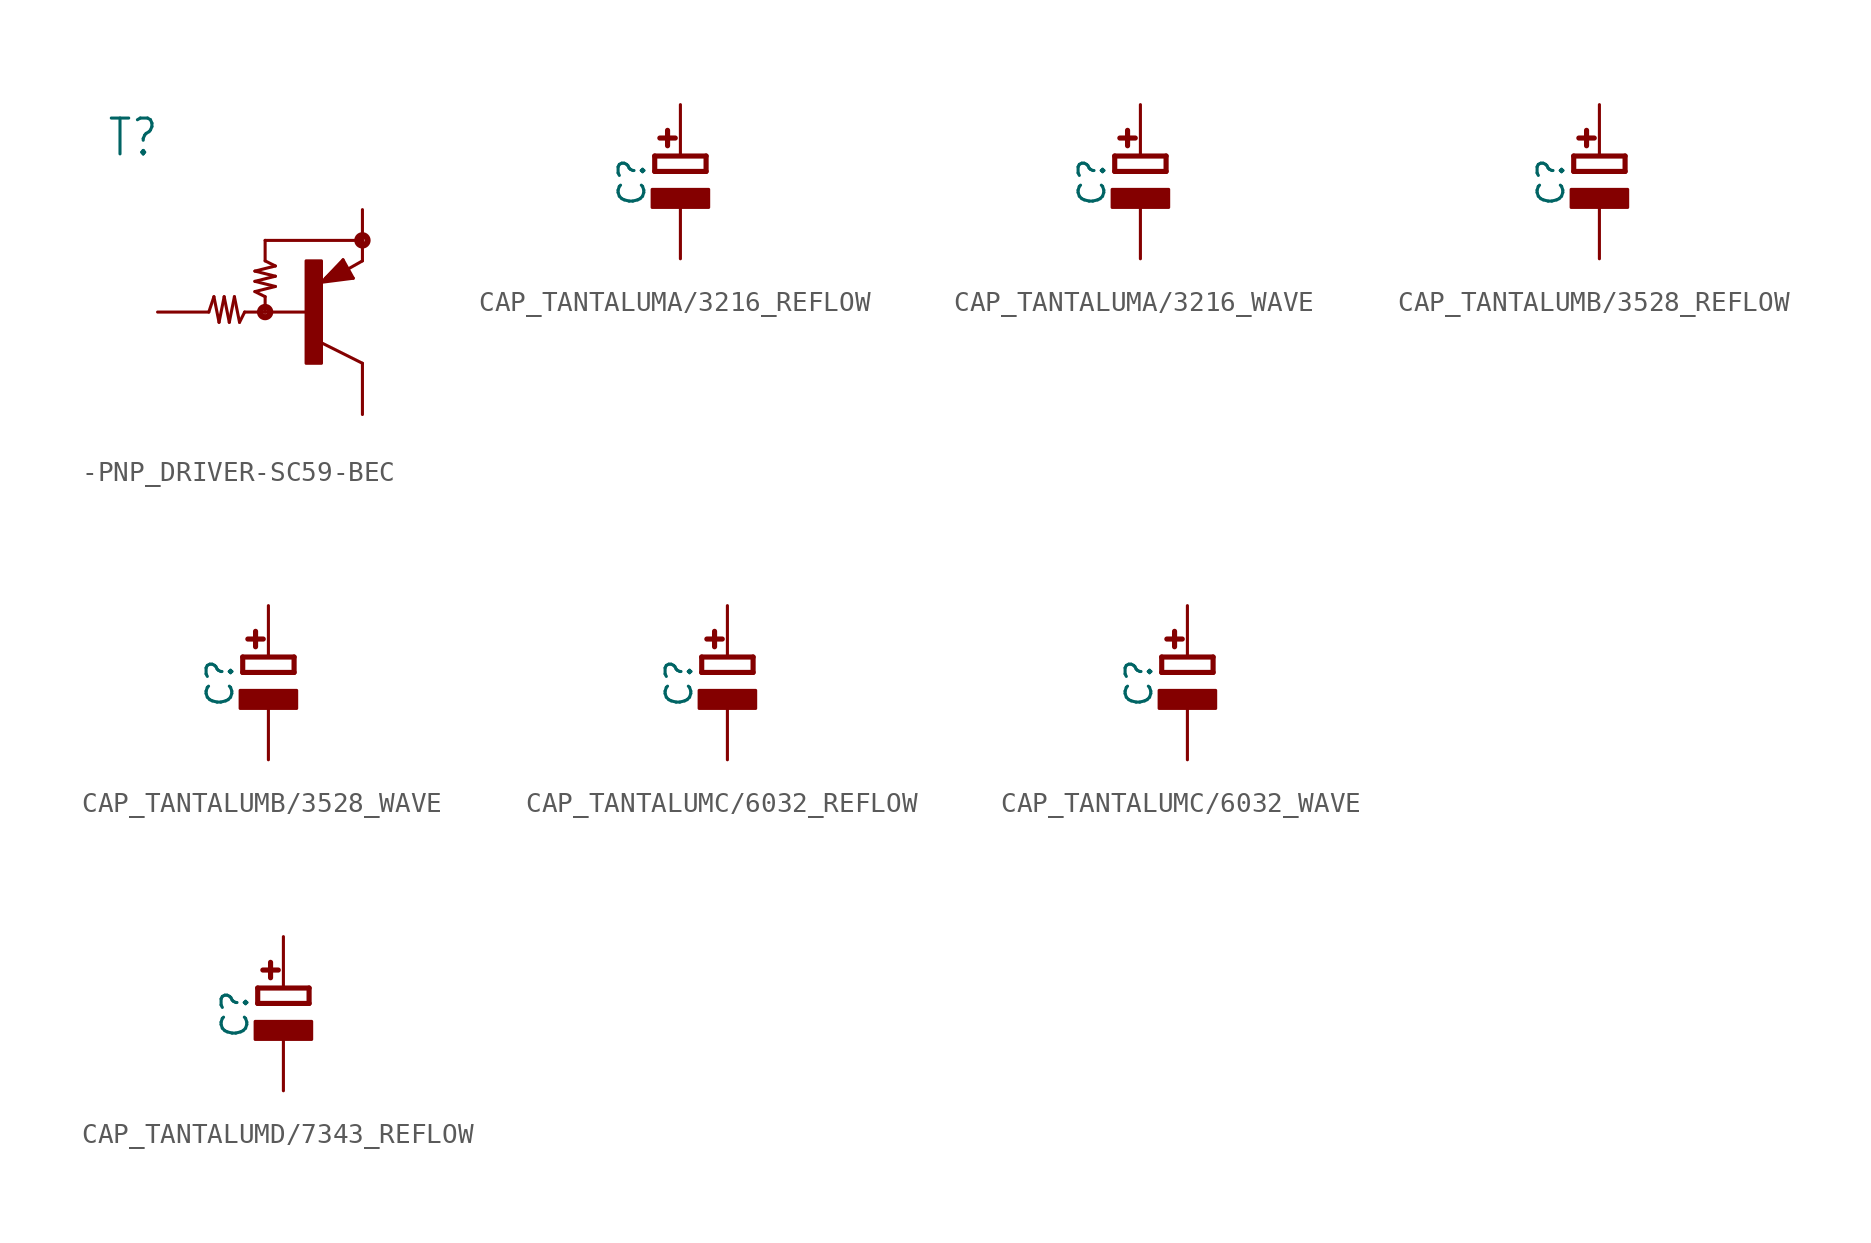
<source format=kicad_sym>
(kicad_symbol_lib
  (version 20220914)
  (generator kicad_symbol_editor)
  (symbol "-PNP_DRIVER-SC59-BEC"
    (property "Reference" "T"
      (at -10.16 7.62 0)
      (effects (font (size 1.778 1.511)) (justify left bottom)))
    (property "Value" ""
      (at -10.16 5.08 0)
      (effects (font (size 1.778 1.511)) (justify left bottom)))
    (property "ki_locked" ""
      (at 0 0 0)
      (effects (font (size 1.27 1.27))))
    (symbol "-PNP_DRIVER-SC59-BEC_1_0"
      (circle (center -2.286 0) (radius 0.254) (stroke (width 0.305) (type solid)) (fill (type none)))
      (rectangle (start -0.254 -2.54) (end 0.508 2.54) (stroke (width 0) (type default)) (fill (type outline)))
      (polyline (pts (xy -5.08 0) (xy -4.826 0.762)) (stroke (width 0.152) (type solid)) (fill (type none)))
      (polyline (pts (xy -4.826 0.762) (xy -4.572 -0.508)) (stroke (width 0.152) (type solid)) (fill (type none)))
      (polyline (pts (xy -4.572 -0.508) (xy -4.318 0.762)) (stroke (width 0.152) (type solid)) (fill (type none)))
      (polyline (pts (xy -4.318 0.762) (xy -4.064 -0.508)) (stroke (width 0.152) (type solid)) (fill (type none)))
      (polyline (pts (xy -4.064 -0.508) (xy -3.81 0.762)) (stroke (width 0.152) (type solid)) (fill (type none)))
      (polyline (pts (xy -3.81 0.762) (xy -3.556 -0.508)) (stroke (width 0.152) (type solid)) (fill (type none)))
      (polyline (pts (xy -3.556 -0.508) (xy -3.302 0)) (stroke (width 0.152) (type solid)) (fill (type none)))
      (polyline (pts (xy -3.302 0) (xy -2.286 0)) (stroke (width 0.152) (type solid)) (fill (type none)))
      (polyline (pts (xy -2.794 1.016) (xy -1.778 1.27)) (stroke (width 0.152) (type solid)) (fill (type none)))
      (polyline (pts (xy -2.794 1.524) (xy -1.778 1.778)) (stroke (width 0.152) (type solid)) (fill (type none)))
      (polyline (pts (xy -2.794 2.032) (xy -1.778 2.286)) (stroke (width 0.152) (type solid)) (fill (type none)))
      (polyline (pts (xy -2.286 0) (xy -2.286 0.762)) (stroke (width 0.152) (type solid)) (fill (type none)))
      (polyline (pts (xy -2.286 0) (xy -0.254 0)) (stroke (width 0.152) (type solid)) (fill (type none)))
      (polyline (pts (xy -2.286 0.762) (xy -2.794 1.016)) (stroke (width 0.152) (type solid)) (fill (type none)))
      (polyline (pts (xy -2.286 2.54) (xy -2.286 3.556)) (stroke (width 0.152) (type solid)) (fill (type none)))
      (polyline (pts (xy -2.286 3.556) (xy 2.54 3.556)) (stroke (width 0.152) (type solid)) (fill (type none)))
      (polyline (pts (xy -1.778 1.27) (xy -2.794 1.524)) (stroke (width 0.152) (type solid)) (fill (type none)))
      (polyline (pts (xy -1.778 1.778) (xy -2.794 2.032)) (stroke (width 0.152) (type solid)) (fill (type none)))
      (polyline (pts (xy -1.778 2.286) (xy -2.286 2.54)) (stroke (width 0.152) (type solid)) (fill (type none)))
      (polyline (pts (xy 0.516 1.478) (xy 2.086 1.678)) (stroke (width 0.152) (type solid)) (fill (type none)))
      (polyline (pts (xy 0.762 1.651) (xy 1.778 1.778)) (stroke (width 0.254) (type solid)) (fill (type none)))
      (polyline (pts (xy 1.143 1.905) (xy 1.524 1.905)) (stroke (width 0.254) (type solid)) (fill (type none)))
      (polyline (pts (xy 1.524 2.159) (xy 1.143 1.905)) (stroke (width 0.254) (type solid)) (fill (type none)))
      (polyline (pts (xy 1.524 2.413) (xy 0.762 1.651)) (stroke (width 0.254) (type solid)) (fill (type none)))
      (polyline (pts (xy 1.578 2.594) (xy 0.516 1.478)) (stroke (width 0.152) (type solid)) (fill (type none)))
      (polyline (pts (xy 1.778 1.778) (xy 1.524 2.159)) (stroke (width 0.254) (type solid)) (fill (type none)))
      (polyline (pts (xy 1.905 1.778) (xy 1.524 2.413)) (stroke (width 0.254) (type solid)) (fill (type none)))
      (polyline (pts (xy 2.086 1.678) (xy 1.578 2.594)) (stroke (width 0.152) (type solid)) (fill (type none)))
      (polyline (pts (xy 2.54 -2.54) (xy 0.508 -1.524)) (stroke (width 0.152) (type solid)) (fill (type none)))
      (polyline (pts (xy 2.54 2.54) (xy 1.808 2.124)) (stroke (width 0.152) (type solid)) (fill (type none)))
      (circle (center 2.54 3.556) (radius 0.254) (stroke (width 0.305) (type solid)) (fill (type none)))
      (pin passive line (at -7.62 0 0) (length 2.54) (name "B" (effects (font (size 0 0)))) (number "B" (effects (font (size 0 0)))))
      (pin passive line (at 2.54 -5.08 90) (length 2.54) (name "C" (effects (font (size 0 0)))) (number "C" (effects (font (size 0 0)))))
      (pin passive line (at 2.54 5.08 270) (length 2.54) (name "E" (effects (font (size 0 0)))) (number "E" (effects (font (size 0 0)))))))
  (symbol "CAP_TANTALUMA/3216_REFLOW"
    (property "Reference" "C"
      (at -2.39 1.25 90)
      (effects (font (size 1.27 1.27))))
    (property "Value" ""
      (at 2.5 1.25 90)
      (effects (font (size 1.27 1.27))))
    (property "ki_locked" ""
      (at 0 0 0)
      (effects (font (size 1.27 1.27))))
    (symbol "CAP_TANTALUMA/3216_REFLOW_1_0"
      (rectangle (start -1.397 0) (end 1.397 0.889) (stroke (width 0) (type default)) (fill (type outline)))
      (polyline (pts (xy -1.27 1.778) (xy -1.27 2.54)) (stroke (width 0.254) (type solid)) (fill (type none)))
      (polyline (pts (xy -1.27 2.54) (xy 1.27 2.54)) (stroke (width 0.254) (type solid)) (fill (type none)))
      (polyline (pts (xy -1.016 3.429) (xy -0.254 3.429)) (stroke (width 0.254) (type solid)) (fill (type none)))
      (polyline (pts (xy -0.635 3.81) (xy -0.635 3.048)) (stroke (width 0.254) (type solid)) (fill (type none)))
      (polyline (pts (xy 1.27 1.778) (xy -1.27 1.778)) (stroke (width 0.254) (type solid)) (fill (type none)))
      (polyline (pts (xy 1.27 2.54) (xy 1.27 1.778)) (stroke (width 0.254) (type solid)) (fill (type none)))
      (pin passive line (at 0 5.08 270) (length 2.54) (name "+" (effects (font (size 0 0)))) (number "+" (effects (font (size 0 0)))))
      (pin passive line (at 0 -2.54 90) (length 2.54) (name "-" (effects (font (size 0 0)))) (number "-" (effects (font (size 0 0)))))))
  (symbol "CAP_TANTALUMA/3216_WAVE"
    (property "Reference" "C"
      (at -2.39 1.25 90)
      (effects (font (size 1.27 1.27))))
    (property "Value" ""
      (at 2.5 1.25 90)
      (effects (font (size 1.27 1.27))))
    (property "ki_locked" ""
      (at 0 0 0)
      (effects (font (size 1.27 1.27))))
    (symbol "CAP_TANTALUMA/3216_WAVE_1_0"
      (rectangle (start -1.397 0) (end 1.397 0.889) (stroke (width 0) (type default)) (fill (type outline)))
      (polyline (pts (xy -1.27 1.778) (xy -1.27 2.54)) (stroke (width 0.254) (type solid)) (fill (type none)))
      (polyline (pts (xy -1.27 2.54) (xy 1.27 2.54)) (stroke (width 0.254) (type solid)) (fill (type none)))
      (polyline (pts (xy -1.016 3.429) (xy -0.254 3.429)) (stroke (width 0.254) (type solid)) (fill (type none)))
      (polyline (pts (xy -0.635 3.81) (xy -0.635 3.048)) (stroke (width 0.254) (type solid)) (fill (type none)))
      (polyline (pts (xy 1.27 1.778) (xy -1.27 1.778)) (stroke (width 0.254) (type solid)) (fill (type none)))
      (polyline (pts (xy 1.27 2.54) (xy 1.27 1.778)) (stroke (width 0.254) (type solid)) (fill (type none)))
      (pin passive line (at 0 5.08 270) (length 2.54) (name "+" (effects (font (size 0 0)))) (number "+" (effects (font (size 0 0)))))
      (pin passive line (at 0 -2.54 90) (length 2.54) (name "-" (effects (font (size 0 0)))) (number "-" (effects (font (size 0 0)))))))
  (symbol "CAP_TANTALUMB/3528_REFLOW"
    (property "Reference" "C"
      (at -2.39 1.25 90)
      (effects (font (size 1.27 1.27))))
    (property "Value" ""
      (at 2.5 1.25 90)
      (effects (font (size 1.27 1.27))))
    (property "ki_locked" ""
      (at 0 0 0)
      (effects (font (size 1.27 1.27))))
    (symbol "CAP_TANTALUMB/3528_REFLOW_1_0"
      (rectangle (start -1.397 0) (end 1.397 0.889) (stroke (width 0) (type default)) (fill (type outline)))
      (polyline (pts (xy -1.27 1.778) (xy -1.27 2.54)) (stroke (width 0.254) (type solid)) (fill (type none)))
      (polyline (pts (xy -1.27 2.54) (xy 1.27 2.54)) (stroke (width 0.254) (type solid)) (fill (type none)))
      (polyline (pts (xy -1.016 3.429) (xy -0.254 3.429)) (stroke (width 0.254) (type solid)) (fill (type none)))
      (polyline (pts (xy -0.635 3.81) (xy -0.635 3.048)) (stroke (width 0.254) (type solid)) (fill (type none)))
      (polyline (pts (xy 1.27 1.778) (xy -1.27 1.778)) (stroke (width 0.254) (type solid)) (fill (type none)))
      (polyline (pts (xy 1.27 2.54) (xy 1.27 1.778)) (stroke (width 0.254) (type solid)) (fill (type none)))
      (pin passive line (at 0 5.08 270) (length 2.54) (name "+" (effects (font (size 0 0)))) (number "+" (effects (font (size 0 0)))))
      (pin passive line (at 0 -2.54 90) (length 2.54) (name "-" (effects (font (size 0 0)))) (number "-" (effects (font (size 0 0)))))))
  (symbol "CAP_TANTALUMB/3528_WAVE"
    (property "Reference" "C"
      (at -2.39 1.25 90)
      (effects (font (size 1.27 1.27))))
    (property "Value" ""
      (at 2.5 1.25 90)
      (effects (font (size 1.27 1.27))))
    (property "ki_locked" ""
      (at 0 0 0)
      (effects (font (size 1.27 1.27))))
    (symbol "CAP_TANTALUMB/3528_WAVE_1_0"
      (rectangle (start -1.397 0) (end 1.397 0.889) (stroke (width 0) (type default)) (fill (type outline)))
      (polyline (pts (xy -1.27 1.778) (xy -1.27 2.54)) (stroke (width 0.254) (type solid)) (fill (type none)))
      (polyline (pts (xy -1.27 2.54) (xy 1.27 2.54)) (stroke (width 0.254) (type solid)) (fill (type none)))
      (polyline (pts (xy -1.016 3.429) (xy -0.254 3.429)) (stroke (width 0.254) (type solid)) (fill (type none)))
      (polyline (pts (xy -0.635 3.81) (xy -0.635 3.048)) (stroke (width 0.254) (type solid)) (fill (type none)))
      (polyline (pts (xy 1.27 1.778) (xy -1.27 1.778)) (stroke (width 0.254) (type solid)) (fill (type none)))
      (polyline (pts (xy 1.27 2.54) (xy 1.27 1.778)) (stroke (width 0.254) (type solid)) (fill (type none)))
      (pin passive line (at 0 5.08 270) (length 2.54) (name "+" (effects (font (size 0 0)))) (number "+" (effects (font (size 0 0)))))
      (pin passive line (at 0 -2.54 90) (length 2.54) (name "-" (effects (font (size 0 0)))) (number "-" (effects (font (size 0 0)))))))
  (symbol "CAP_TANTALUMC/6032_REFLOW"
    (property "Reference" "C"
      (at -2.39 1.25 90)
      (effects (font (size 1.27 1.27))))
    (property "Value" ""
      (at 2.5 1.25 90)
      (effects (font (size 1.27 1.27))))
    (property "ki_locked" ""
      (at 0 0 0)
      (effects (font (size 1.27 1.27))))
    (symbol "CAP_TANTALUMC/6032_REFLOW_1_0"
      (rectangle (start -1.397 0) (end 1.397 0.889) (stroke (width 0) (type default)) (fill (type outline)))
      (polyline (pts (xy -1.27 1.778) (xy -1.27 2.54)) (stroke (width 0.254) (type solid)) (fill (type none)))
      (polyline (pts (xy -1.27 2.54) (xy 1.27 2.54)) (stroke (width 0.254) (type solid)) (fill (type none)))
      (polyline (pts (xy -1.016 3.429) (xy -0.254 3.429)) (stroke (width 0.254) (type solid)) (fill (type none)))
      (polyline (pts (xy -0.635 3.81) (xy -0.635 3.048)) (stroke (width 0.254) (type solid)) (fill (type none)))
      (polyline (pts (xy 1.27 1.778) (xy -1.27 1.778)) (stroke (width 0.254) (type solid)) (fill (type none)))
      (polyline (pts (xy 1.27 2.54) (xy 1.27 1.778)) (stroke (width 0.254) (type solid)) (fill (type none)))
      (pin passive line (at 0 5.08 270) (length 2.54) (name "+" (effects (font (size 0 0)))) (number "+" (effects (font (size 0 0)))))
      (pin passive line (at 0 -2.54 90) (length 2.54) (name "-" (effects (font (size 0 0)))) (number "-" (effects (font (size 0 0)))))))
  (symbol "CAP_TANTALUMC/6032_WAVE"
    (property "Reference" "C"
      (at -2.39 1.25 90)
      (effects (font (size 1.27 1.27))))
    (property "Value" ""
      (at 2.5 1.25 90)
      (effects (font (size 1.27 1.27))))
    (property "ki_locked" ""
      (at 0 0 0)
      (effects (font (size 1.27 1.27))))
    (symbol "CAP_TANTALUMC/6032_WAVE_1_0"
      (rectangle (start -1.397 0) (end 1.397 0.889) (stroke (width 0) (type default)) (fill (type outline)))
      (polyline (pts (xy -1.27 1.778) (xy -1.27 2.54)) (stroke (width 0.254) (type solid)) (fill (type none)))
      (polyline (pts (xy -1.27 2.54) (xy 1.27 2.54)) (stroke (width 0.254) (type solid)) (fill (type none)))
      (polyline (pts (xy -1.016 3.429) (xy -0.254 3.429)) (stroke (width 0.254) (type solid)) (fill (type none)))
      (polyline (pts (xy -0.635 3.81) (xy -0.635 3.048)) (stroke (width 0.254) (type solid)) (fill (type none)))
      (polyline (pts (xy 1.27 1.778) (xy -1.27 1.778)) (stroke (width 0.254) (type solid)) (fill (type none)))
      (polyline (pts (xy 1.27 2.54) (xy 1.27 1.778)) (stroke (width 0.254) (type solid)) (fill (type none)))
      (pin passive line (at 0 5.08 270) (length 2.54) (name "+" (effects (font (size 0 0)))) (number "+" (effects (font (size 0 0)))))
      (pin passive line (at 0 -2.54 90) (length 2.54) (name "-" (effects (font (size 0 0)))) (number "-" (effects (font (size 0 0)))))))
  (symbol "CAP_TANTALUMD/7343_REFLOW"
    (property "Reference" "C"
      (at -2.39 1.25 90)
      (effects (font (size 1.27 1.27))))
    (property "Value" ""
      (at 2.5 1.25 90)
      (effects (font (size 1.27 1.27))))
    (property "ki_locked" ""
      (at 0 0 0)
      (effects (font (size 1.27 1.27))))
    (symbol "CAP_TANTALUMD/7343_REFLOW_1_0"
      (rectangle (start -1.397 0) (end 1.397 0.889) (stroke (width 0) (type default)) (fill (type outline)))
      (polyline (pts (xy -1.27 1.778) (xy -1.27 2.54)) (stroke (width 0.254) (type solid)) (fill (type none)))
      (polyline (pts (xy -1.27 2.54) (xy 1.27 2.54)) (stroke (width 0.254) (type solid)) (fill (type none)))
      (polyline (pts (xy -1.016 3.429) (xy -0.254 3.429)) (stroke (width 0.254) (type solid)) (fill (type none)))
      (polyline (pts (xy -0.635 3.81) (xy -0.635 3.048)) (stroke (width 0.254) (type solid)) (fill (type none)))
      (polyline (pts (xy 1.27 1.778) (xy -1.27 1.778)) (stroke (width 0.254) (type solid)) (fill (type none)))
      (polyline (pts (xy 1.27 2.54) (xy 1.27 1.778)) (stroke (width 0.254) (type solid)) (fill (type none)))
      (pin passive line (at 0 5.08 270) (length 2.54) (name "+" (effects (font (size 0 0)))) (number "+" (effects (font (size 0 0)))))
      (pin passive line (at 0 -2.54 90) (length 2.54) (name "-" (effects (font (size 0 0)))) (number "-" (effects (font (size 0 0))))))))
</source>
